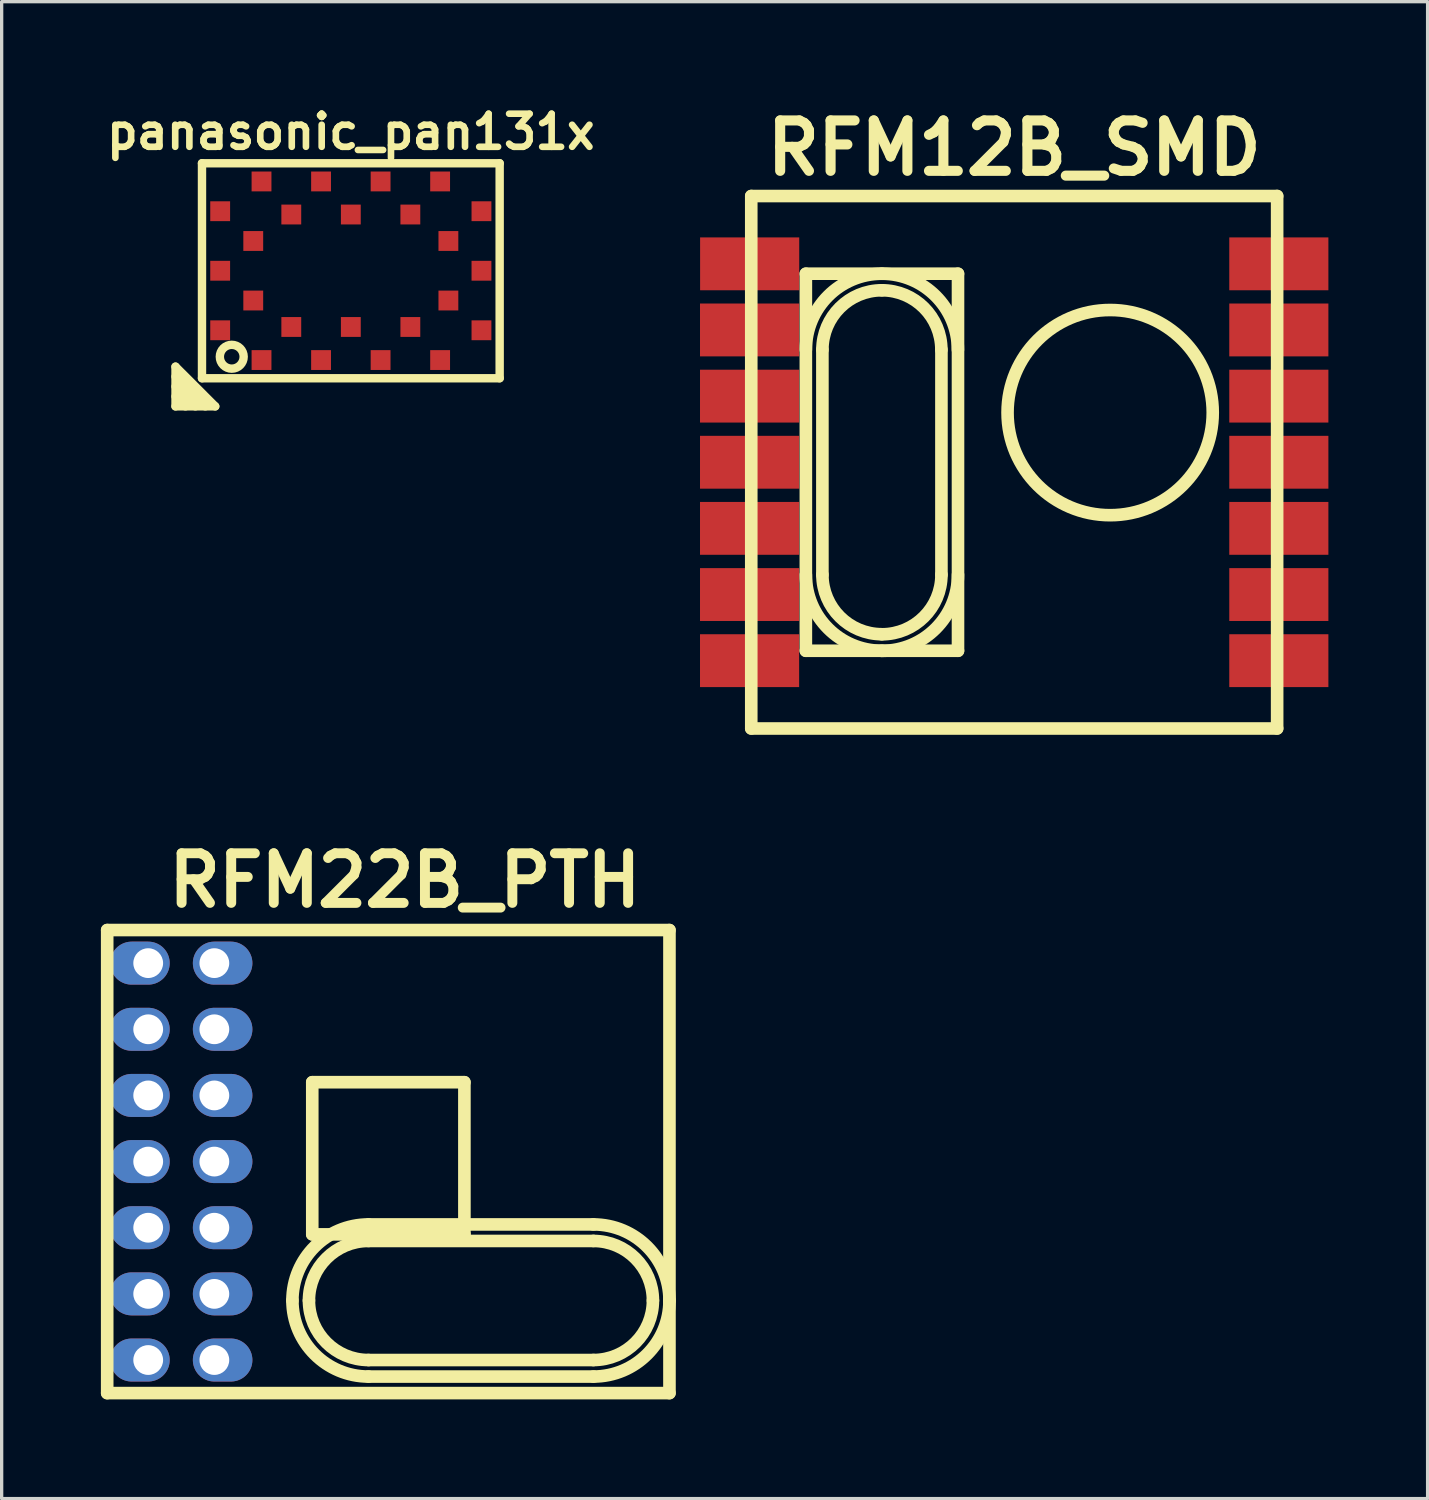
<source format=kicad_pcb>
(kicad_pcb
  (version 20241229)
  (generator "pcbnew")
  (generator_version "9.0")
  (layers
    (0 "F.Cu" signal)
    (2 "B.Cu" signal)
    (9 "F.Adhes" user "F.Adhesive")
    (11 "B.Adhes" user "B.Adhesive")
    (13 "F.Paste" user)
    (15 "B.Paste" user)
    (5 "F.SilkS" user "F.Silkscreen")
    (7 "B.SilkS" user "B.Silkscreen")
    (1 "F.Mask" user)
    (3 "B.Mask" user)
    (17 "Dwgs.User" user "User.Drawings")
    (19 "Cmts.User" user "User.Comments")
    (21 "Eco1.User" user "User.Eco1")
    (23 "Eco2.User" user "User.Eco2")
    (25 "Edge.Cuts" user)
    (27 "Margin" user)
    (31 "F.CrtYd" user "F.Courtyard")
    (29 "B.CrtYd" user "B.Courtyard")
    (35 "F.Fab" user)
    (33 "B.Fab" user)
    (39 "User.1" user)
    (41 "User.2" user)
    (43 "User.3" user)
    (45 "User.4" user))
  (footprint "panasonic_pan131x"
    (layer "F.Cu")
    (at 7.557 5.136)
    (property "Reference" "panasonic_pan131x" (at 0 -4.2 0) (layer "F.SilkS") (effects (font (size 1 1) (thickness 0.2))))
    (attr smd)
    (fp_line (start -5.3 2.9) (end -4.1 4.1) (stroke (width 0.254) (type solid)) (layer "F.SilkS"))
    (fp_line (start -5.3 3.2) (end -4.4 4.1) (stroke (width 0.254) (type solid)) (layer "F.SilkS"))
    (fp_line (start -5.3 3.8) (end -5 4.1) (stroke (width 0.254) (type solid)) (layer "F.SilkS"))
    (fp_line (start -5.3 4.1) (end -5.3 2.9) (stroke (width 0.254) (type solid)) (layer "F.SilkS"))
    (fp_line (start -5.3 4.1) (end -4.1 4.1) (stroke (width 0.254) (type solid)) (layer "F.SilkS"))
    (fp_line (start -4.7 4.1) (end -5.3 3.5) (stroke (width 0.254) (type solid)) (layer "F.SilkS"))
    (fp_line (start -4.5 -3.25) (end -4.5 3.25) (stroke (width 0.254) (type solid)) (layer "F.SilkS"))
    (fp_line (start -4.5 -3.25) (end 4.5 -3.25) (stroke (width 0.254) (type solid)) (layer "F.SilkS"))
    (fp_line (start -4.5 3.25) (end 4.5 3.25) (stroke (width 0.254) (type solid)) (layer "F.SilkS"))
    (fp_line (start 4.5 -3.25) (end 4.5 3.25) (stroke (width 0.254) (type solid)) (layer "F.SilkS"))
    (fp_circle (center -3.6 2.6) (end -3.8 2.9) (stroke (width 0.254) (type solid)) (fill no) (layer "F.SilkS"))
    (pad "1" smd rect (at -2.7 2.7) (size 0.6 0.6) (layers "F.Cu" "F.Mask" "F.Paste"))
    (pad "2" smd rect (at -1.8 1.7) (size 0.6 0.6) (layers "F.Cu" "F.Mask" "F.Paste"))
    (pad "3" smd rect (at -0.9 2.7) (size 0.6 0.6) (layers "F.Cu" "F.Mask" "F.Paste"))
    (pad "4" smd rect (at 0 1.7) (size 0.6 0.6) (layers "F.Cu" "F.Mask" "F.Paste"))
    (pad "5" smd rect (at 0.9 2.7) (size 0.6 0.6) (layers "F.Cu" "F.Mask" "F.Paste"))
    (pad "6" smd rect (at 1.8 1.7) (size 0.6 0.6) (layers "F.Cu" "F.Mask" "F.Paste"))
    (pad "7" smd rect (at 2.7 2.7) (size 0.6 0.6) (layers "F.Cu" "F.Mask" "F.Paste"))
    (pad "8" smd rect (at 3.95 1.8) (size 0.6 0.6) (layers "F.Cu" "F.Mask" "F.Paste"))
    (pad "9" smd rect (at 2.95 0.9) (size 0.6 0.6) (layers "F.Cu" "F.Mask" "F.Paste"))
    (pad "10" smd rect (at 3.95 0) (size 0.6 0.6) (layers "F.Cu" "F.Mask" "F.Paste"))
    (pad "11" smd rect (at 2.95 -0.9) (size 0.6 0.6) (layers "F.Cu" "F.Mask" "F.Paste"))
    (pad "12" smd rect (at 3.95 -1.8) (size 0.6 0.6) (layers "F.Cu" "F.Mask" "F.Paste"))
    (pad "13" smd rect (at 2.7 -2.7) (size 0.6 0.6) (layers "F.Cu" "F.Mask" "F.Paste"))
    (pad "14" smd rect (at 1.8 -1.7) (size 0.6 0.6) (layers "F.Cu" "F.Mask" "F.Paste"))
    (pad "15" smd rect (at 0.9 -2.7) (size 0.6 0.6) (layers "F.Cu" "F.Mask" "F.Paste"))
    (pad "16" smd rect (at 0 -1.7) (size 0.6 0.6) (layers "F.Cu" "F.Mask" "F.Paste"))
    (pad "17" smd rect (at -0.9 -2.7) (size 0.6 0.6) (layers "F.Cu" "F.Mask" "F.Paste"))
    (pad "18" smd rect (at -1.8 -1.7) (size 0.6 0.6) (layers "F.Cu" "F.Mask" "F.Paste"))
    (pad "19" smd rect (at -2.7 -2.7) (size 0.6 0.6) (layers "F.Cu" "F.Mask" "F.Paste"))
    (pad "20" smd rect (at -3.95 -1.8) (size 0.6 0.6) (layers "F.Cu" "F.Mask" "F.Paste"))
    (pad "21" smd rect (at -2.95 -0.9) (size 0.6 0.6) (layers "F.Cu" "F.Mask" "F.Paste"))
    (pad "22" smd rect (at -3.95 0) (size 0.6 0.6) (layers "F.Cu" "F.Mask" "F.Paste"))
    (pad "23" smd rect (at -2.95 0.9) (size 0.6 0.6) (layers "F.Cu" "F.Mask" "F.Paste"))
    (pad "24" smd rect (at -3.95 1.8) (size 0.6 0.6) (layers "F.Cu" "F.Mask" "F.Paste")))
  (footprint "RFM12B_SMD"
    (layer "F.Cu")
    (at 27.614 10.926)
    (property "Reference" "RFM12B_SMD" (at 0 -9.5 0) (layer "F.SilkS") (effects (font (size 1.524 1.524) (thickness 0.305))))
    (attr smd)
    (fp_line (start -7.95 -8.049) (end 7.95 -8.049) (stroke (width 0.381) (type solid)) (layer "F.SilkS"))
    (fp_line (start -7.95 8.049) (end -7.95 -8.049) (stroke (width 0.381) (type solid)) (layer "F.SilkS"))
    (fp_line (start -6.299 -5.7) (end -1.699 -5.7) (stroke (width 0.381) (type solid)) (layer "F.SilkS"))
    (fp_line (start -6.299 5.7) (end -6.299 -5.7) (stroke (width 0.381) (type solid)) (layer "F.SilkS"))
    (fp_line (start -5.799 3.401) (end -5.799 -3.401) (stroke (width 0.381) (type solid)) (layer "F.SilkS"))
    (fp_line (start -2.2 -3.401) (end -2.2 3.401) (stroke (width 0.381) (type solid)) (layer "F.SilkS"))
    (fp_line (start -1.699 -5.7) (end -1.699 5.7) (stroke (width 0.381) (type solid)) (layer "F.SilkS"))
    (fp_line (start -1.699 5.7) (end -6.299 5.7) (stroke (width 0.381) (type solid)) (layer "F.SilkS"))
    (fp_line (start 7.95 -8.049) (end 7.95 8.049) (stroke (width 0.381) (type solid)) (layer "F.SilkS"))
    (fp_line (start 7.95 8.049) (end -7.95 8.049) (stroke (width 0.381) (type solid)) (layer "F.SilkS"))
    (fp_arc (start -6.2992 -3.40106) (mid -5.625926 -5.026486) (end -4.0005 -5.69976) (stroke (width 0.381) (type solid)) (layer "F.SilkS"))
    (fp_arc (start -5.79882 -3.40106) (mid -5.272104 -4.672664) (end -4.0005 -5.19938) (stroke (width 0.381) (type solid)) (layer "F.SilkS"))
    (fp_arc (start -4.0005 -5.69976) (mid -2.375074 -5.026486) (end -1.7018 -3.40106) (stroke (width 0.381) (type solid)) (layer "F.SilkS"))
    (fp_arc (start -4.0005 -5.19938) (mid -2.728896 -4.672664) (end -2.20218 -3.40106) (stroke (width 0.381) (type solid)) (layer "F.SilkS"))
    (fp_arc (start -4.0005 5.19938) (mid -5.272104 4.672664) (end -5.79882 3.40106) (stroke (width 0.381) (type solid)) (layer "F.SilkS"))
    (fp_arc (start -4.0005 5.69976) (mid -5.625926 5.026486) (end -6.2992 3.40106) (stroke (width 0.381) (type solid)) (layer "F.SilkS"))
    (fp_arc (start -2.19964 3.40106) (mid -2.7271 4.67446) (end -4.0005 5.20192) (stroke (width 0.381) (type solid)) (layer "F.SilkS"))
    (fp_arc (start -1.69926 3.40106) (mid -2.373278 5.028282) (end -4.0005 5.7023) (stroke (width 0.381) (type solid)) (layer "F.SilkS"))
    (fp_circle (center 2.901 -1.501) (end -0.201 -1.501) (stroke (width 0.381) (type solid)) (fill no) (layer "F.SilkS"))
    (pad "1" smd rect (at -7.998 -5.999) (size 2.997 1.598) (layers "F.Cu" "F.Mask" "F.Paste"))
    (pad "2" smd rect (at -8.001 -4) (size 2.997 1.598) (layers "F.Cu" "F.Mask" "F.Paste"))
    (pad "3" smd rect (at -8.001 -1.999) (size 2.997 1.598) (layers "F.Cu" "F.Mask" "F.Paste"))
    (pad "4" smd rect (at -8.001 0) (size 2.997 1.598) (layers "F.Cu" "F.Mask" "F.Paste"))
    (pad "5" smd rect (at -8.001 1.999) (size 2.997 1.598) (layers "F.Cu" "F.Mask" "F.Paste"))
    (pad "6" smd rect (at -8.001 4) (size 2.997 1.598) (layers "F.Cu" "F.Mask" "F.Paste"))
    (pad "7" smd rect (at -8.001 5.999) (size 2.997 1.598) (layers "F.Cu" "F.Mask" "F.Paste"))
    (pad "8" smd rect (at 8.001 5.999) (size 2.997 1.598) (layers "F.Cu" "F.Mask" "F.Paste"))
    (pad "9" smd rect (at 8.001 4) (size 2.997 1.598) (layers "F.Cu" "F.Mask" "F.Paste"))
    (pad "10" smd rect (at 8.001 1.999) (size 2.997 1.598) (layers "F.Cu" "F.Mask" "F.Paste"))
    (pad "11" smd rect (at 8.001 0) (size 2.997 1.598) (layers "F.Cu" "F.Mask" "F.Paste"))
    (pad "12" smd rect (at 8.001 -1.999) (size 2.997 1.598) (layers "F.Cu" "F.Mask" "F.Paste"))
    (pad "13" smd rect (at 8.001 -4) (size 2.997 1.598) (layers "F.Cu" "F.Mask" "F.Paste"))
    (pad "14" smd rect (at 8.001 -5.999) (size 2.997 1.598) (layers "F.Cu" "F.Mask" "F.Paste")))
  (footprint "RFM22B_PTH"
    (layer "F.Cu")
    (at 9.191 32.07)
    (property "Reference" "RFM22B_PTH" (at 0 -8.5 0) (layer "F.SilkS") (effects (font (size 1.5 1.5) (thickness 0.3))))
    (attr through_hole)
    (fp_line (start -9 -7) (end 8 -7) (stroke (width 0.381) (type solid)) (layer "F.SilkS"))
    (fp_line (start -9 7) (end -9 -7) (stroke (width 0.381) (type solid)) (layer "F.SilkS"))
    (fp_line (start -9 7) (end 8 7) (stroke (width 0.381) (type solid)) (layer "F.SilkS"))
    (fp_line (start -2.8 -2.4) (end -2.8 2.2) (stroke (width 0.381) (type solid)) (layer "F.SilkS"))
    (fp_line (start -2.8 -2.4) (end 1.8 -2.4) (stroke (width 0.381) (type solid)) (layer "F.SilkS"))
    (fp_line (start -1.1 1.9) (end 5.7 1.9) (stroke (width 0.381) (type solid)) (layer "F.SilkS"))
    (fp_line (start -1.1 2.4) (end 5.7 2.4) (stroke (width 0.381) (type solid)) (layer "F.SilkS"))
    (fp_line (start -1.1 6.5) (end 5.7 6.5) (stroke (width 0.381) (type solid)) (layer "F.SilkS"))
    (fp_line (start 1.8 -2.4) (end 1.8 2.2) (stroke (width 0.381) (type solid)) (layer "F.SilkS"))
    (fp_line (start 1.8 2.2) (end -2.8 2.2) (stroke (width 0.381) (type solid)) (layer "F.SilkS"))
    (fp_line (start 5.7 6) (end -1.1 6) (stroke (width 0.381) (type solid)) (layer "F.SilkS"))
    (fp_line (start 8 -7) (end 8 7) (stroke (width 0.381) (type solid)) (layer "F.SilkS"))
    (fp_arc (start -3.4 4.2) (mid -2.726346 2.573654) (end -1.1 1.9) (stroke (width 0.381) (type solid)) (layer "F.SilkS"))
    (fp_arc (start -2.9 4.2) (mid -2.372792 2.927208) (end -1.1 2.4) (stroke (width 0.381) (type solid)) (layer "F.SilkS"))
    (fp_arc (start -1.1 6) (mid -2.372792 5.472792) (end -2.9 4.2) (stroke (width 0.381) (type solid)) (layer "F.SilkS"))
    (fp_arc (start -1.1 6.5) (mid -2.726346 5.826346) (end -3.4 4.2) (stroke (width 0.381) (type solid)) (layer "F.SilkS"))
    (fp_arc (start 5.7 1.9) (mid 7.326346 2.573654) (end 8 4.2) (stroke (width 0.381) (type solid)) (layer "F.SilkS"))
    (fp_arc (start 5.7 2.4) (mid 6.972792 2.927208) (end 7.5 4.2) (stroke (width 0.381) (type solid)) (layer "F.SilkS"))
    (fp_arc (start 7.5 4.2) (mid 6.972792 5.472792) (end 5.7 6) (stroke (width 0.381) (type solid)) (layer "F.SilkS"))
    (fp_arc (start 8 4.2) (mid 7.326346 5.826346) (end 5.7 6.5) (stroke (width 0.381) (type solid)) (layer "F.SilkS"))
    (pad "3" thru_hole oval (at -7.76 -6) (size 1.8 1.3) (drill 0.9 (offset -0.25 0)) (layers "*.Cu" "*.Mask"))
    (pad "4" thru_hole oval (at -5.76 -6) (size 1.8 1.3) (drill 0.9 (offset 0.25 0)) (layers "*.Cu" "*.Mask"))
    (pad "5" thru_hole oval (at -5.76 -4) (size 1.8 1.3) (drill 0.9 (offset 0.25 0)) (layers "*.Cu" "*.Mask"))
    (pad "6" thru_hole oval (at -7.76 -2) (size 1.8 1.3) (drill 0.9 (offset -0.25 0)) (layers "*.Cu" "*.Mask"))
    (pad "7" thru_hole oval (at -5.76 -2) (size 1.8 1.3) (drill 0.9 (offset 0.25 0)) (layers "*.Cu" "*.Mask"))
    (pad "8" thru_hole oval (at -7.76 0) (size 1.8 1.3) (drill 0.9 (offset -0.25 0)) (layers "*.Cu" "*.Mask"))
    (pad "9" thru_hole oval (at -7.76 -4) (size 1.8 1.3) (drill 0.9 (offset -0.25 0)) (layers "*.Cu" "*.Mask"))
    (pad "10" thru_hole oval (at -5.76 0) (size 1.8 1.3) (drill 0.9 (offset 0.25 0)) (layers "*.Cu" "*.Mask"))
    (pad "11" thru_hole oval (at -7.76 2) (size 1.8 1.3) (drill 0.9 (offset -0.25 0)) (layers "*.Cu" "*.Mask"))
    (pad "12" thru_hole oval (at -5.76 2) (size 1.8 1.3) (drill 0.9 (offset 0.25 0)) (layers "*.Cu" "*.Mask"))
    (pad "13" thru_hole oval (at -7.76 4) (size 1.8 1.3) (drill 0.9 (offset -0.25 0)) (layers "*.Cu" "*.Mask"))
    (pad "14" thru_hole oval (at -5.76 4) (size 1.8 1.3) (drill 0.9 (offset 0.25 0)) (layers "*.Cu" "*.Mask"))
    (pad "15" thru_hole oval (at -7.76 6) (size 1.8 1.3) (drill 0.9 (offset -0.25 0)) (layers "*.Cu" "*.Mask"))
    (pad "16" thru_hole oval (at -5.76 6) (size 1.8 1.3) (drill 0.9 (offset 0.25 0)) (layers "*.Cu" "*.Mask")))
  (gr_rect
    (start -3 -3)
    (end 40.113 42.26)
    (stroke (width 0.1) (type default))
    (fill no)
    (layer "Edge.Cuts")))
</source>
